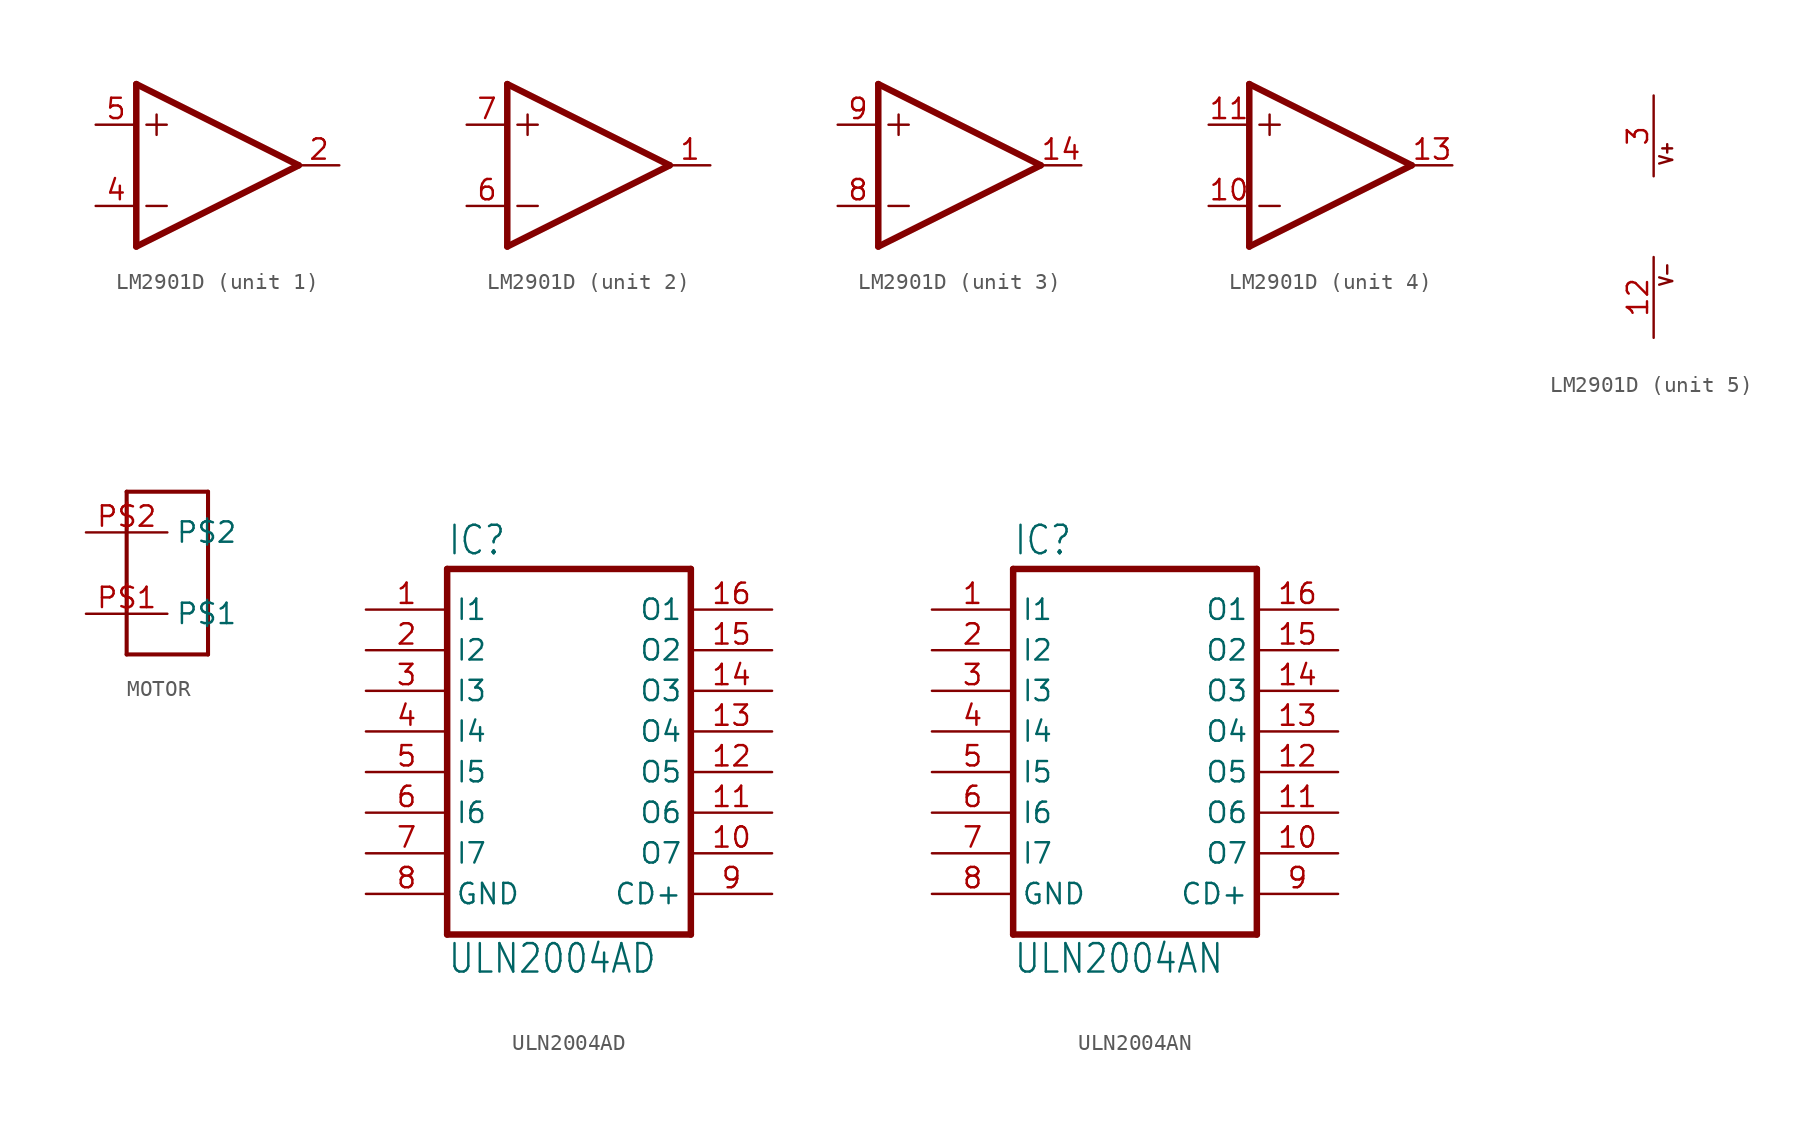
<source format=kicad_sym>
(kicad_symbol_lib
  (version 20211014)
  (generator kicad_symbol_editor)
  (symbol "LM2901D"
    (property "Reference" "IC"
      (at 2.54 3.175 0)
      (effects (font (size 1.778 1.511)) (justify left bottom) hide))
    (property "ki_locked" ""
      (at 0 0 0)
      (effects (font (size 1.27 1.27))))
    (symbol "LM2901D_1_0"
      (polyline (pts (xy -5.08 -5.08) (xy 5.08 0)) (stroke (width 0.406) (type default) (color 0 0 0 0)) (fill (type none)))
      (polyline (pts (xy -5.08 5.08) (xy -5.08 -5.08)) (stroke (width 0.406) (type default) (color 0 0 0 0)) (fill (type none)))
      (polyline (pts (xy -4.445 -2.54) (xy -3.175 -2.54)) (stroke (width 0.152) (type default) (color 0 0 0 0)) (fill (type none)))
      (polyline (pts (xy -4.445 2.54) (xy -3.175 2.54)) (stroke (width 0.152) (type default) (color 0 0 0 0)) (fill (type none)))
      (polyline (pts (xy -3.81 3.175) (xy -3.81 1.905)) (stroke (width 0.152) (type default) (color 0 0 0 0)) (fill (type none)))
      (polyline (pts (xy 5.08 0) (xy -5.08 5.08)) (stroke (width 0.406) (type default) (color 0 0 0 0)) (fill (type none)))
      (pin output line (at 7.62 0 180) (length 2.54) (name "OUT" (effects (font (size 0 0)))) (number "2" (effects (font (size 1.27 1.27)))))
      (pin input line (at -7.62 -2.54 0) (length 2.54) (name "-IN" (effects (font (size 0 0)))) (number "4" (effects (font (size 1.27 1.27)))))
      (pin input line (at -7.62 2.54 0) (length 2.54) (name "+IN" (effects (font (size 0 0)))) (number "5" (effects (font (size 1.27 1.27))))))
    (symbol "LM2901D_2_0"
      (polyline (pts (xy -5.08 -5.08) (xy 5.08 0)) (stroke (width 0.406) (type default) (color 0 0 0 0)) (fill (type none)))
      (polyline (pts (xy -5.08 5.08) (xy -5.08 -5.08)) (stroke (width 0.406) (type default) (color 0 0 0 0)) (fill (type none)))
      (polyline (pts (xy -4.445 -2.54) (xy -3.175 -2.54)) (stroke (width 0.152) (type default) (color 0 0 0 0)) (fill (type none)))
      (polyline (pts (xy -4.445 2.54) (xy -3.175 2.54)) (stroke (width 0.152) (type default) (color 0 0 0 0)) (fill (type none)))
      (polyline (pts (xy -3.81 3.175) (xy -3.81 1.905)) (stroke (width 0.152) (type default) (color 0 0 0 0)) (fill (type none)))
      (polyline (pts (xy 5.08 0) (xy -5.08 5.08)) (stroke (width 0.406) (type default) (color 0 0 0 0)) (fill (type none)))
      (pin output line (at 7.62 0 180) (length 2.54) (name "OUT" (effects (font (size 0 0)))) (number "1" (effects (font (size 1.27 1.27)))))
      (pin input line (at -7.62 -2.54 0) (length 2.54) (name "-IN" (effects (font (size 0 0)))) (number "6" (effects (font (size 1.27 1.27)))))
      (pin input line (at -7.62 2.54 0) (length 2.54) (name "+IN" (effects (font (size 0 0)))) (number "7" (effects (font (size 1.27 1.27))))))
    (symbol "LM2901D_3_0"
      (polyline (pts (xy -5.08 -5.08) (xy 5.08 0)) (stroke (width 0.406) (type default) (color 0 0 0 0)) (fill (type none)))
      (polyline (pts (xy -5.08 5.08) (xy -5.08 -5.08)) (stroke (width 0.406) (type default) (color 0 0 0 0)) (fill (type none)))
      (polyline (pts (xy -4.445 -2.54) (xy -3.175 -2.54)) (stroke (width 0.152) (type default) (color 0 0 0 0)) (fill (type none)))
      (polyline (pts (xy -4.445 2.54) (xy -3.175 2.54)) (stroke (width 0.152) (type default) (color 0 0 0 0)) (fill (type none)))
      (polyline (pts (xy -3.81 3.175) (xy -3.81 1.905)) (stroke (width 0.152) (type default) (color 0 0 0 0)) (fill (type none)))
      (polyline (pts (xy 5.08 0) (xy -5.08 5.08)) (stroke (width 0.406) (type default) (color 0 0 0 0)) (fill (type none)))
      (pin output line (at 7.62 0 180) (length 2.54) (name "OUT" (effects (font (size 0 0)))) (number "14" (effects (font (size 1.27 1.27)))))
      (pin input line (at -7.62 -2.54 0) (length 2.54) (name "-IN" (effects (font (size 0 0)))) (number "8" (effects (font (size 1.27 1.27)))))
      (pin input line (at -7.62 2.54 0) (length 2.54) (name "+IN" (effects (font (size 0 0)))) (number "9" (effects (font (size 1.27 1.27))))))
    (symbol "LM2901D_4_0"
      (polyline (pts (xy -5.08 -5.08) (xy 5.08 0)) (stroke (width 0.406) (type default) (color 0 0 0 0)) (fill (type none)))
      (polyline (pts (xy -5.08 5.08) (xy -5.08 -5.08)) (stroke (width 0.406) (type default) (color 0 0 0 0)) (fill (type none)))
      (polyline (pts (xy -4.445 -2.54) (xy -3.175 -2.54)) (stroke (width 0.152) (type default) (color 0 0 0 0)) (fill (type none)))
      (polyline (pts (xy -4.445 2.54) (xy -3.175 2.54)) (stroke (width 0.152) (type default) (color 0 0 0 0)) (fill (type none)))
      (polyline (pts (xy -3.81 3.175) (xy -3.81 1.905)) (stroke (width 0.152) (type default) (color 0 0 0 0)) (fill (type none)))
      (polyline (pts (xy 5.08 0) (xy -5.08 5.08)) (stroke (width 0.406) (type default) (color 0 0 0 0)) (fill (type none)))
      (pin input line (at -7.62 -2.54 0) (length 2.54) (name "-IN" (effects (font (size 0 0)))) (number "10" (effects (font (size 1.27 1.27)))))
      (pin input line (at -7.62 2.54 0) (length 2.54) (name "+IN" (effects (font (size 0 0)))) (number "11" (effects (font (size 1.27 1.27)))))
      (pin output line (at 7.62 0 180) (length 2.54) (name "OUT" (effects (font (size 0 0)))) (number "13" (effects (font (size 1.27 1.27))))))
    (symbol "LM2901D_5_0"
      (text "V+" (at 1.27 3.175 900) (effects (font (size 0.813 0.691)) (justify left bottom)))
      (text "V-" (at 1.27 -4.445 900) (effects (font (size 0.813 0.691)) (justify left bottom)))
      (pin power_in line (at 0 -7.62 90) (length 5.08) (name "V-" (effects (font (size 0 0)))) (number "12" (effects (font (size 1.27 1.27)))))
      (pin power_in line (at 0 7.62 270) (length 5.08) (name "V+" (effects (font (size 0 0)))) (number "3" (effects (font (size 1.27 1.27)))))))
  (symbol "MOTOR"
    (property "Reference" ""
      (at 0 0 0)
      (effects (font (size 1.27 1.27)) hide))
    (property "ki_locked" ""
      (at 0 0 0)
      (effects (font (size 1.27 1.27))))
    (symbol "MOTOR_1_0"
      (polyline (pts (xy -2.54 -5.08) (xy -2.54 5.08)) (stroke (width 0.254) (type default) (color 0 0 0 0)) (fill (type none)))
      (polyline (pts (xy -2.54 5.08) (xy 2.54 5.08)) (stroke (width 0.254) (type default) (color 0 0 0 0)) (fill (type none)))
      (polyline (pts (xy 2.54 -5.08) (xy -2.54 -5.08)) (stroke (width 0.254) (type default) (color 0 0 0 0)) (fill (type none)))
      (polyline (pts (xy 2.54 5.08) (xy 2.54 -5.08)) (stroke (width 0.254) (type default) (color 0 0 0 0)) (fill (type none)))
      (pin bidirectional line (at -5.08 -2.54 0) (length 5.08) (name "P$1" (effects (font (size 1.27 1.27)))) (number "P$1" (effects (font (size 1.27 1.27)))))
      (pin bidirectional line (at -5.08 2.54 0) (length 5.08) (name "P$2" (effects (font (size 1.27 1.27)))) (number "P$2" (effects (font (size 1.27 1.27)))))))
  (symbol "ULN2004AD"
    (property "Reference" "IC"
      (at -7.62 10.922 0)
      (effects (font (size 1.778 1.511)) (justify left bottom)))
    (property "Value" "ULN2004AD"
      (at -7.62 -15.24 0)
      (effects (font (size 1.778 1.511)) (justify left bottom)))
    (property "ki_locked" ""
      (at 0 0 0)
      (effects (font (size 1.27 1.27))))
    (symbol "ULN2004AD_1_0"
      (polyline (pts (xy -7.62 10.16) (xy -7.62 -12.7)) (stroke (width 0.406) (type default) (color 0 0 0 0)) (fill (type none)))
      (polyline (pts (xy -7.62 10.16) (xy 7.62 10.16)) (stroke (width 0.406) (type default) (color 0 0 0 0)) (fill (type none)))
      (polyline (pts (xy 7.62 -12.7) (xy -7.62 -12.7)) (stroke (width 0.406) (type default) (color 0 0 0 0)) (fill (type none)))
      (polyline (pts (xy 7.62 -12.7) (xy 7.62 10.16)) (stroke (width 0.406) (type default) (color 0 0 0 0)) (fill (type none)))
      (pin input line (at -12.7 7.62 0) (length 5.08) (name "I1" (effects (font (size 1.27 1.27)))) (number "1" (effects (font (size 1.27 1.27)))))
      (pin open_collector line (at 12.7 -7.62 180) (length 5.08) (name "O7" (effects (font (size 1.27 1.27)))) (number "10" (effects (font (size 1.27 1.27)))))
      (pin open_collector line (at 12.7 -5.08 180) (length 5.08) (name "O6" (effects (font (size 1.27 1.27)))) (number "11" (effects (font (size 1.27 1.27)))))
      (pin open_collector line (at 12.7 -2.54 180) (length 5.08) (name "O5" (effects (font (size 1.27 1.27)))) (number "12" (effects (font (size 1.27 1.27)))))
      (pin open_collector line (at 12.7 0 180) (length 5.08) (name "O4" (effects (font (size 1.27 1.27)))) (number "13" (effects (font (size 1.27 1.27)))))
      (pin open_collector line (at 12.7 2.54 180) (length 5.08) (name "O3" (effects (font (size 1.27 1.27)))) (number "14" (effects (font (size 1.27 1.27)))))
      (pin open_collector line (at 12.7 5.08 180) (length 5.08) (name "O2" (effects (font (size 1.27 1.27)))) (number "15" (effects (font (size 1.27 1.27)))))
      (pin open_collector line (at 12.7 7.62 180) (length 5.08) (name "O1" (effects (font (size 1.27 1.27)))) (number "16" (effects (font (size 1.27 1.27)))))
      (pin input line (at -12.7 5.08 0) (length 5.08) (name "I2" (effects (font (size 1.27 1.27)))) (number "2" (effects (font (size 1.27 1.27)))))
      (pin input line (at -12.7 2.54 0) (length 5.08) (name "I3" (effects (font (size 1.27 1.27)))) (number "3" (effects (font (size 1.27 1.27)))))
      (pin input line (at -12.7 0 0) (length 5.08) (name "I4" (effects (font (size 1.27 1.27)))) (number "4" (effects (font (size 1.27 1.27)))))
      (pin input line (at -12.7 -2.54 0) (length 5.08) (name "I5" (effects (font (size 1.27 1.27)))) (number "5" (effects (font (size 1.27 1.27)))))
      (pin input line (at -12.7 -5.08 0) (length 5.08) (name "I6" (effects (font (size 1.27 1.27)))) (number "6" (effects (font (size 1.27 1.27)))))
      (pin input line (at -12.7 -7.62 0) (length 5.08) (name "I7" (effects (font (size 1.27 1.27)))) (number "7" (effects (font (size 1.27 1.27)))))
      (pin power_in line (at -12.7 -10.16 0) (length 5.08) (name "GND" (effects (font (size 1.27 1.27)))) (number "8" (effects (font (size 1.27 1.27)))))
      (pin passive line (at 12.7 -10.16 180) (length 5.08) (name "CD+" (effects (font (size 1.27 1.27)))) (number "9" (effects (font (size 1.27 1.27)))))))
  (symbol "ULN2004AN"
    (property "Reference" "IC"
      (at -7.62 10.922 0)
      (effects (font (size 1.778 1.511)) (justify left bottom)))
    (property "Value" "ULN2004AN"
      (at -7.62 -15.24 0)
      (effects (font (size 1.778 1.511)) (justify left bottom)))
    (property "ki_locked" ""
      (at 0 0 0)
      (effects (font (size 1.27 1.27))))
    (symbol "ULN2004AN_1_0"
      (polyline (pts (xy -7.62 10.16) (xy -7.62 -12.7)) (stroke (width 0.406) (type default) (color 0 0 0 0)) (fill (type none)))
      (polyline (pts (xy -7.62 10.16) (xy 7.62 10.16)) (stroke (width 0.406) (type default) (color 0 0 0 0)) (fill (type none)))
      (polyline (pts (xy 7.62 -12.7) (xy -7.62 -12.7)) (stroke (width 0.406) (type default) (color 0 0 0 0)) (fill (type none)))
      (polyline (pts (xy 7.62 -12.7) (xy 7.62 10.16)) (stroke (width 0.406) (type default) (color 0 0 0 0)) (fill (type none)))
      (pin input line (at -12.7 7.62 0) (length 5.08) (name "I1" (effects (font (size 1.27 1.27)))) (number "1" (effects (font (size 1.27 1.27)))))
      (pin open_collector line (at 12.7 -7.62 180) (length 5.08) (name "O7" (effects (font (size 1.27 1.27)))) (number "10" (effects (font (size 1.27 1.27)))))
      (pin open_collector line (at 12.7 -5.08 180) (length 5.08) (name "O6" (effects (font (size 1.27 1.27)))) (number "11" (effects (font (size 1.27 1.27)))))
      (pin open_collector line (at 12.7 -2.54 180) (length 5.08) (name "O5" (effects (font (size 1.27 1.27)))) (number "12" (effects (font (size 1.27 1.27)))))
      (pin open_collector line (at 12.7 0 180) (length 5.08) (name "O4" (effects (font (size 1.27 1.27)))) (number "13" (effects (font (size 1.27 1.27)))))
      (pin open_collector line (at 12.7 2.54 180) (length 5.08) (name "O3" (effects (font (size 1.27 1.27)))) (number "14" (effects (font (size 1.27 1.27)))))
      (pin open_collector line (at 12.7 5.08 180) (length 5.08) (name "O2" (effects (font (size 1.27 1.27)))) (number "15" (effects (font (size 1.27 1.27)))))
      (pin open_collector line (at 12.7 7.62 180) (length 5.08) (name "O1" (effects (font (size 1.27 1.27)))) (number "16" (effects (font (size 1.27 1.27)))))
      (pin input line (at -12.7 5.08 0) (length 5.08) (name "I2" (effects (font (size 1.27 1.27)))) (number "2" (effects (font (size 1.27 1.27)))))
      (pin input line (at -12.7 2.54 0) (length 5.08) (name "I3" (effects (font (size 1.27 1.27)))) (number "3" (effects (font (size 1.27 1.27)))))
      (pin input line (at -12.7 0 0) (length 5.08) (name "I4" (effects (font (size 1.27 1.27)))) (number "4" (effects (font (size 1.27 1.27)))))
      (pin input line (at -12.7 -2.54 0) (length 5.08) (name "I5" (effects (font (size 1.27 1.27)))) (number "5" (effects (font (size 1.27 1.27)))))
      (pin input line (at -12.7 -5.08 0) (length 5.08) (name "I6" (effects (font (size 1.27 1.27)))) (number "6" (effects (font (size 1.27 1.27)))))
      (pin input line (at -12.7 -7.62 0) (length 5.08) (name "I7" (effects (font (size 1.27 1.27)))) (number "7" (effects (font (size 1.27 1.27)))))
      (pin power_in line (at -12.7 -10.16 0) (length 5.08) (name "GND" (effects (font (size 1.27 1.27)))) (number "8" (effects (font (size 1.27 1.27)))))
      (pin passive line (at 12.7 -10.16 180) (length 5.08) (name "CD+" (effects (font (size 1.27 1.27)))) (number "9" (effects (font (size 1.27 1.27))))))))
</source>
